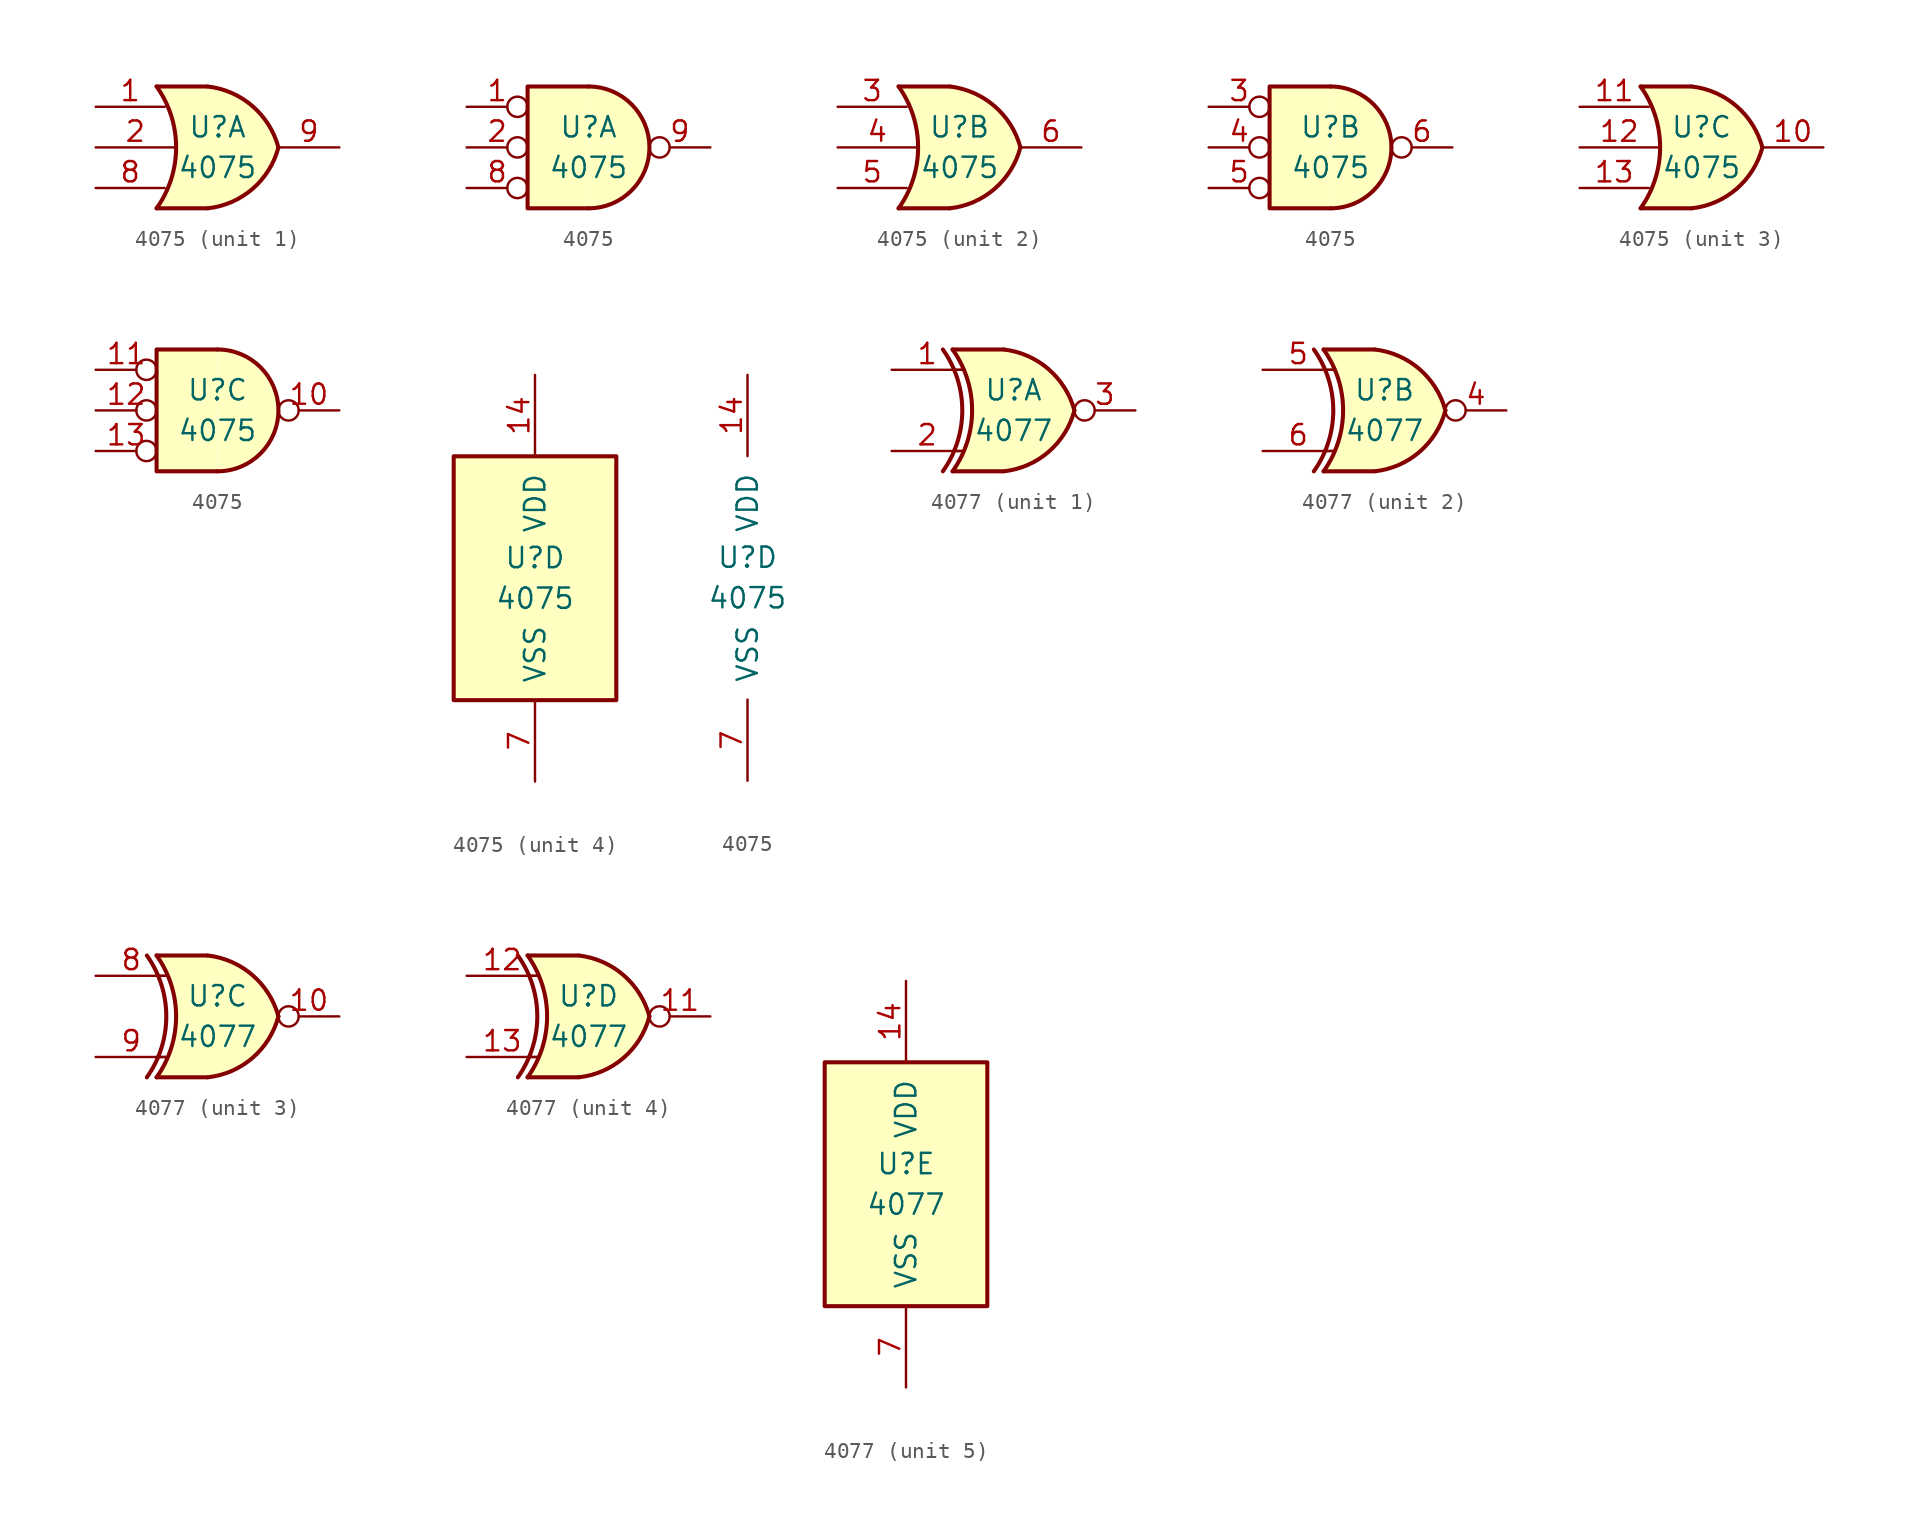
<source format=kicad_sym>
(kicad_symbol_lib
  (version 20201005)
  (generator kicad_symbol_editor)
  (symbol "4xxx:4075"
    (pin_names
      (offset 1.016))
    (property "Reference" "U"
      (at 0 1.27 0)
      (effects (font (size 1.27 1.27))))
    (property "Value" "4075"
      (at 0 -1.27 0)
      (effects (font (size 1.27 1.27))))
    (property "ki_locked" ""
      (at 0 0 0)
      (effects (font (size 1.27 1.27))))
    (symbol "4075_1_1"
      (arc (start -3.81 3.81) (end -3.81 -3.81) (radius (at -9.144 0) (length 6.5532) (angles 35.4 -35.4)) (stroke (width 0.254)) (fill (type none)))
      (arc (start 3.81 0) (end -0.6096 3.81) (radius (at -1.1938 -1.3208) (length 5.1816) (angles 15 83.7)) (stroke (width 0.254)) (fill (type background)))
      (arc (start 3.81 0) (end -0.6096 -3.81) (radius (at -1.1938 1.3208) (length 5.1816) (angles -15 -83.7)) (stroke (width 0.254)) (fill (type background)))
      (polyline (pts (xy -3.81 -3.81) (xy -0.635 -3.81)) (stroke (width 0.254)) (fill (type background)))
      (polyline (pts (xy -3.81 3.81) (xy -0.635 3.81)) (stroke (width 0.254)) (fill (type background)))
      (polyline (pts (xy -0.635 3.81) (xy -3.81 3.81) (xy -3.81 3.81) (xy -3.556 3.404) (xy -3.023 2.261) (xy -2.692 1.041) (xy -2.616 -0.254) (xy -2.769 -1.499) (xy -3.175 -2.718) (xy -3.81 -3.81) (xy -3.81 -3.81) (xy -0.635 -3.81)) (stroke (width -25.4)) (fill (type background)))
      (pin input line (at -7.62 2.54 0) (length 4.318) (name "~" (effects (font (size 1.27 1.27)))) (number "1" (effects (font (size 1.27 1.27)))))
      (pin input line (at -7.62 0 0) (length 4.953) (name "~" (effects (font (size 1.27 1.27)))) (number "2" (effects (font (size 1.27 1.27)))))
      (pin input line (at -7.62 -2.54 0) (length 4.318) (name "~" (effects (font (size 1.27 1.27)))) (number "8" (effects (font (size 1.27 1.27)))))
      (pin output line (at 7.62 0 180) (length 3.81) (name "~" (effects (font (size 1.27 1.27)))) (number "9" (effects (font (size 1.27 1.27))))))
    (symbol "4075_1_2"
      (arc (start 0 -3.81) (end 0 3.81) (radius (at 0 0) (length 3.81) (angles -89.9 89.9)) (stroke (width 0.254)) (fill (type background)))
      (polyline (pts (xy 0 3.81) (xy -3.81 3.81) (xy -3.81 -3.81) (xy 0 -3.81)) (stroke (width 0.254)) (fill (type background)))
      (pin input inverted (at -7.62 2.54 0) (length 3.81) (name "~" (effects (font (size 1.27 1.27)))) (number "1" (effects (font (size 1.27 1.27)))))
      (pin input inverted (at -7.62 0 0) (length 3.81) (name "~" (effects (font (size 1.27 1.27)))) (number "2" (effects (font (size 1.27 1.27)))))
      (pin input inverted (at -7.62 -2.54 0) (length 3.81) (name "~" (effects (font (size 1.27 1.27)))) (number "8" (effects (font (size 1.27 1.27)))))
      (pin output inverted (at 7.62 0 180) (length 3.81) (name "~" (effects (font (size 1.27 1.27)))) (number "9" (effects (font (size 1.27 1.27))))))
    (symbol "4075_2_1"
      (arc (start -3.81 3.81) (end -3.81 -3.81) (radius (at -9.144 0) (length 6.5532) (angles 35.4 -35.4)) (stroke (width 0.254)) (fill (type none)))
      (arc (start 3.81 0) (end -0.6096 3.81) (radius (at -1.1938 -1.3208) (length 5.1816) (angles 15 83.7)) (stroke (width 0.254)) (fill (type background)))
      (arc (start 3.81 0) (end -0.6096 -3.81) (radius (at -1.1938 1.3208) (length 5.1816) (angles -15 -83.7)) (stroke (width 0.254)) (fill (type background)))
      (polyline (pts (xy -3.81 -3.81) (xy -0.635 -3.81)) (stroke (width 0.254)) (fill (type background)))
      (polyline (pts (xy -3.81 3.81) (xy -0.635 3.81)) (stroke (width 0.254)) (fill (type background)))
      (polyline (pts (xy -0.635 3.81) (xy -3.81 3.81) (xy -3.81 3.81) (xy -3.556 3.404) (xy -3.023 2.261) (xy -2.692 1.041) (xy -2.616 -0.254) (xy -2.769 -1.499) (xy -3.175 -2.718) (xy -3.81 -3.81) (xy -3.81 -3.81) (xy -0.635 -3.81)) (stroke (width -25.4)) (fill (type background)))
      (pin input line (at -7.62 2.54 0) (length 4.318) (name "~" (effects (font (size 1.27 1.27)))) (number "3" (effects (font (size 1.27 1.27)))))
      (pin input line (at -7.62 0 0) (length 4.953) (name "~" (effects (font (size 1.27 1.27)))) (number "4" (effects (font (size 1.27 1.27)))))
      (pin input line (at -7.62 -2.54 0) (length 4.318) (name "~" (effects (font (size 1.27 1.27)))) (number "5" (effects (font (size 1.27 1.27)))))
      (pin output line (at 7.62 0 180) (length 3.81) (name "~" (effects (font (size 1.27 1.27)))) (number "6" (effects (font (size 1.27 1.27))))))
    (symbol "4075_2_2"
      (arc (start 0 -3.81) (end 0 3.81) (radius (at 0 0) (length 3.81) (angles -89.9 89.9)) (stroke (width 0.254)) (fill (type background)))
      (polyline (pts (xy 0 3.81) (xy -3.81 3.81) (xy -3.81 -3.81) (xy 0 -3.81)) (stroke (width 0.254)) (fill (type background)))
      (pin input inverted (at -7.62 2.54 0) (length 3.81) (name "~" (effects (font (size 1.27 1.27)))) (number "3" (effects (font (size 1.27 1.27)))))
      (pin input inverted (at -7.62 0 0) (length 3.81) (name "~" (effects (font (size 1.27 1.27)))) (number "4" (effects (font (size 1.27 1.27)))))
      (pin input inverted (at -7.62 -2.54 0) (length 3.81) (name "~" (effects (font (size 1.27 1.27)))) (number "5" (effects (font (size 1.27 1.27)))))
      (pin output inverted (at 7.62 0 180) (length 3.81) (name "~" (effects (font (size 1.27 1.27)))) (number "6" (effects (font (size 1.27 1.27))))))
    (symbol "4075_3_1"
      (arc (start -3.81 3.81) (end -3.81 -3.81) (radius (at -9.144 0) (length 6.5532) (angles 35.4 -35.4)) (stroke (width 0.254)) (fill (type none)))
      (arc (start 3.81 0) (end -0.6096 3.81) (radius (at -1.1938 -1.3208) (length 5.1816) (angles 15 83.7)) (stroke (width 0.254)) (fill (type background)))
      (arc (start 3.81 0) (end -0.6096 -3.81) (radius (at -1.1938 1.3208) (length 5.1816) (angles -15 -83.7)) (stroke (width 0.254)) (fill (type background)))
      (polyline (pts (xy -3.81 -3.81) (xy -0.635 -3.81)) (stroke (width 0.254)) (fill (type background)))
      (polyline (pts (xy -3.81 3.81) (xy -0.635 3.81)) (stroke (width 0.254)) (fill (type background)))
      (polyline (pts (xy -0.635 3.81) (xy -3.81 3.81) (xy -3.81 3.81) (xy -3.556 3.404) (xy -3.023 2.261) (xy -2.692 1.041) (xy -2.616 -0.254) (xy -2.769 -1.499) (xy -3.175 -2.718) (xy -3.81 -3.81) (xy -3.81 -3.81) (xy -0.635 -3.81)) (stroke (width -25.4)) (fill (type background)))
      (pin output line (at 7.62 0 180) (length 3.81) (name "~" (effects (font (size 1.27 1.27)))) (number "10" (effects (font (size 1.27 1.27)))))
      (pin input line (at -7.62 2.54 0) (length 4.318) (name "~" (effects (font (size 1.27 1.27)))) (number "11" (effects (font (size 1.27 1.27)))))
      (pin input line (at -7.62 0 0) (length 4.953) (name "~" (effects (font (size 1.27 1.27)))) (number "12" (effects (font (size 1.27 1.27)))))
      (pin input line (at -7.62 -2.54 0) (length 4.318) (name "~" (effects (font (size 1.27 1.27)))) (number "13" (effects (font (size 1.27 1.27))))))
    (symbol "4075_3_2"
      (arc (start 0 -3.81) (end 0 3.81) (radius (at 0 0) (length 3.81) (angles -89.9 89.9)) (stroke (width 0.254)) (fill (type background)))
      (polyline (pts (xy 0 3.81) (xy -3.81 3.81) (xy -3.81 -3.81) (xy 0 -3.81)) (stroke (width 0.254)) (fill (type background)))
      (pin output inverted (at 7.62 0 180) (length 3.81) (name "~" (effects (font (size 1.27 1.27)))) (number "10" (effects (font (size 1.27 1.27)))))
      (pin input inverted (at -7.62 2.54 0) (length 3.81) (name "~" (effects (font (size 1.27 1.27)))) (number "11" (effects (font (size 1.27 1.27)))))
      (pin input inverted (at -7.62 0 0) (length 3.81) (name "~" (effects (font (size 1.27 1.27)))) (number "12" (effects (font (size 1.27 1.27)))))
      (pin input inverted (at -7.62 -2.54 0) (length 3.81) (name "~" (effects (font (size 1.27 1.27)))) (number "13" (effects (font (size 1.27 1.27))))))
    (symbol "4075_4_0"
      (pin power_in line (at 0 12.7 270) (length 5.08) (name "VDD" (effects (font (size 1.27 1.27)))) (number "14" (effects (font (size 1.27 1.27)))))
      (pin power_in line (at 0 -12.7 90) (length 5.08) (name "VSS" (effects (font (size 1.27 1.27)))) (number "7" (effects (font (size 1.27 1.27))))))
    (symbol "4075_4_1"
      (rectangle (start -5.08 7.62) (end 5.08 -7.62) (stroke (width 0.254)) (fill (type background)))))
  (symbol "4xxx:4077"
    (pin_names
      (offset 1.016))
    (property "Reference" "U"
      (at 0 1.27 0)
      (effects (font (size 1.27 1.27))))
    (property "Value" "4077"
      (at 0 -1.27 0)
      (effects (font (size 1.27 1.27))))
    (property "ki_locked" ""
      (at 0 0 0)
      (effects (font (size 1.27 1.27))))
    (symbol "4077_1_0"
      (arc (start -4.4196 3.81) (end -4.4196 -3.81) (radius (at -9.779 0) (length 6.5532) (angles 35.4 -35.4)) (stroke (width 0.254)) (fill (type none)))
      (arc (start -3.81 3.81) (end -3.81 -3.81) (radius (at -9.144 0) (length 6.5532) (angles 35.4 -35.4)) (stroke (width 0.254)) (fill (type none)))
      (arc (start 3.81 0) (end -0.6096 3.81) (radius (at -1.1938 -1.3208) (length 5.1816) (angles 15 83.7)) (stroke (width 0.254)) (fill (type background)))
      (arc (start 3.81 0) (end -0.6096 -3.81) (radius (at -1.1938 1.3208) (length 5.1816) (angles -15 -83.7)) (stroke (width 0.254)) (fill (type background)))
      (polyline (pts (xy -3.81 -3.81) (xy -0.635 -3.81)) (stroke (width 0.254)) (fill (type background)))
      (polyline (pts (xy -3.81 3.81) (xy -0.635 3.81)) (stroke (width 0.254)) (fill (type background)))
      (polyline (pts (xy -0.635 3.81) (xy -3.81 3.81) (xy -3.81 3.81) (xy -3.556 3.404) (xy -3.023 2.261) (xy -2.692 1.041) (xy -2.616 -0.254) (xy -2.769 -1.499) (xy -3.175 -2.718) (xy -3.81 -3.81) (xy -3.81 -3.81) (xy -0.635 -3.81)) (stroke (width -25.4)) (fill (type background)))
      (pin input line (at -7.62 2.54 0) (length 4.445) (name "~" (effects (font (size 1.27 1.27)))) (number "1" (effects (font (size 1.27 1.27)))))
      (pin input line (at -7.62 -2.54 0) (length 4.445) (name "~" (effects (font (size 1.27 1.27)))) (number "2" (effects (font (size 1.27 1.27)))))
      (pin output inverted (at 7.62 0 180) (length 3.81) (name "~" (effects (font (size 1.27 1.27)))) (number "3" (effects (font (size 1.27 1.27))))))
    (symbol "4077_1_1"
      (polyline (pts (xy -3.81 -2.54) (xy -3.175 -2.54)) (stroke (width 0.152)) (fill (type none)))
      (polyline (pts (xy -3.81 2.54) (xy -3.175 2.54)) (stroke (width 0.152)) (fill (type none))))
    (symbol "4077_2_0"
      (arc (start -4.4196 3.81) (end -4.4196 -3.81) (radius (at -9.779 0) (length 6.5532) (angles 35.4 -35.4)) (stroke (width 0.254)) (fill (type none)))
      (arc (start -3.81 3.81) (end -3.81 -3.81) (radius (at -9.144 0) (length 6.5532) (angles 35.4 -35.4)) (stroke (width 0.254)) (fill (type none)))
      (arc (start 3.81 0) (end -0.6096 3.81) (radius (at -1.1938 -1.3208) (length 5.1816) (angles 15 83.7)) (stroke (width 0.254)) (fill (type background)))
      (arc (start 3.81 0) (end -0.6096 -3.81) (radius (at -1.1938 1.3208) (length 5.1816) (angles -15 -83.7)) (stroke (width 0.254)) (fill (type background)))
      (polyline (pts (xy -3.81 -3.81) (xy -0.635 -3.81)) (stroke (width 0.254)) (fill (type background)))
      (polyline (pts (xy -3.81 3.81) (xy -0.635 3.81)) (stroke (width 0.254)) (fill (type background)))
      (polyline (pts (xy -0.635 3.81) (xy -3.81 3.81) (xy -3.81 3.81) (xy -3.556 3.404) (xy -3.023 2.261) (xy -2.692 1.041) (xy -2.616 -0.254) (xy -2.769 -1.499) (xy -3.175 -2.718) (xy -3.81 -3.81) (xy -3.81 -3.81) (xy -0.635 -3.81)) (stroke (width -25.4)) (fill (type background)))
      (pin output inverted (at 7.62 0 180) (length 3.81) (name "~" (effects (font (size 1.27 1.27)))) (number "4" (effects (font (size 1.27 1.27)))))
      (pin input line (at -7.62 2.54 0) (length 4.445) (name "~" (effects (font (size 1.27 1.27)))) (number "5" (effects (font (size 1.27 1.27)))))
      (pin input line (at -7.62 -2.54 0) (length 4.445) (name "~" (effects (font (size 1.27 1.27)))) (number "6" (effects (font (size 1.27 1.27))))))
    (symbol "4077_2_1"
      (polyline (pts (xy -3.81 -2.54) (xy -3.175 -2.54)) (stroke (width 0.152)) (fill (type none)))
      (polyline (pts (xy -3.81 2.54) (xy -3.175 2.54)) (stroke (width 0.152)) (fill (type none))))
    (symbol "4077_3_0"
      (arc (start -4.4196 3.81) (end -4.4196 -3.81) (radius (at -9.779 0) (length 6.5532) (angles 35.4 -35.4)) (stroke (width 0.254)) (fill (type none)))
      (arc (start -3.81 3.81) (end -3.81 -3.81) (radius (at -9.144 0) (length 6.5532) (angles 35.4 -35.4)) (stroke (width 0.254)) (fill (type none)))
      (arc (start 3.81 0) (end -0.6096 3.81) (radius (at -1.1938 -1.3208) (length 5.1816) (angles 15 83.7)) (stroke (width 0.254)) (fill (type background)))
      (arc (start 3.81 0) (end -0.6096 -3.81) (radius (at -1.1938 1.3208) (length 5.1816) (angles -15 -83.7)) (stroke (width 0.254)) (fill (type background)))
      (polyline (pts (xy -3.81 -3.81) (xy -0.635 -3.81)) (stroke (width 0.254)) (fill (type background)))
      (polyline (pts (xy -3.81 3.81) (xy -0.635 3.81)) (stroke (width 0.254)) (fill (type background)))
      (polyline (pts (xy -0.635 3.81) (xy -3.81 3.81) (xy -3.81 3.81) (xy -3.556 3.404) (xy -3.023 2.261) (xy -2.692 1.041) (xy -2.616 -0.254) (xy -2.769 -1.499) (xy -3.175 -2.718) (xy -3.81 -3.81) (xy -3.81 -3.81) (xy -0.635 -3.81)) (stroke (width -25.4)) (fill (type background)))
      (pin output inverted (at 7.62 0 180) (length 3.81) (name "~" (effects (font (size 1.27 1.27)))) (number "10" (effects (font (size 1.27 1.27)))))
      (pin input line (at -7.62 2.54 0) (length 4.445) (name "~" (effects (font (size 1.27 1.27)))) (number "8" (effects (font (size 1.27 1.27)))))
      (pin input line (at -7.62 -2.54 0) (length 4.445) (name "~" (effects (font (size 1.27 1.27)))) (number "9" (effects (font (size 1.27 1.27))))))
    (symbol "4077_3_1"
      (polyline (pts (xy -3.81 -2.54) (xy -3.175 -2.54)) (stroke (width 0.152)) (fill (type none)))
      (polyline (pts (xy -3.81 2.54) (xy -3.175 2.54)) (stroke (width 0.152)) (fill (type none))))
    (symbol "4077_4_0"
      (arc (start -4.4196 3.81) (end -4.4196 -3.81) (radius (at -9.779 0) (length 6.5532) (angles 35.4 -35.4)) (stroke (width 0.254)) (fill (type none)))
      (arc (start -3.81 3.81) (end -3.81 -3.81) (radius (at -9.144 0) (length 6.5532) (angles 35.4 -35.4)) (stroke (width 0.254)) (fill (type none)))
      (arc (start 3.81 0) (end -0.6096 3.81) (radius (at -1.1938 -1.3208) (length 5.1816) (angles 15 83.7)) (stroke (width 0.254)) (fill (type background)))
      (arc (start 3.81 0) (end -0.6096 -3.81) (radius (at -1.1938 1.3208) (length 5.1816) (angles -15 -83.7)) (stroke (width 0.254)) (fill (type background)))
      (polyline (pts (xy -3.81 -3.81) (xy -0.635 -3.81)) (stroke (width 0.254)) (fill (type background)))
      (polyline (pts (xy -3.81 3.81) (xy -0.635 3.81)) (stroke (width 0.254)) (fill (type background)))
      (polyline (pts (xy -0.635 3.81) (xy -3.81 3.81) (xy -3.81 3.81) (xy -3.556 3.404) (xy -3.023 2.261) (xy -2.692 1.041) (xy -2.616 -0.254) (xy -2.769 -1.499) (xy -3.175 -2.718) (xy -3.81 -3.81) (xy -3.81 -3.81) (xy -0.635 -3.81)) (stroke (width -25.4)) (fill (type background)))
      (pin output inverted (at 7.62 0 180) (length 3.81) (name "~" (effects (font (size 1.27 1.27)))) (number "11" (effects (font (size 1.27 1.27)))))
      (pin input line (at -7.62 2.54 0) (length 4.445) (name "~" (effects (font (size 1.27 1.27)))) (number "12" (effects (font (size 1.27 1.27)))))
      (pin input line (at -7.62 -2.54 0) (length 4.445) (name "~" (effects (font (size 1.27 1.27)))) (number "13" (effects (font (size 1.27 1.27))))))
    (symbol "4077_4_1"
      (polyline (pts (xy -3.81 -2.54) (xy -3.175 -2.54)) (stroke (width 0.152)) (fill (type none)))
      (polyline (pts (xy -3.81 2.54) (xy -3.175 2.54)) (stroke (width 0.152)) (fill (type none))))
    (symbol "4077_5_0"
      (pin power_in line (at 0 12.7 270) (length 5.08) (name "VDD" (effects (font (size 1.27 1.27)))) (number "14" (effects (font (size 1.27 1.27)))))
      (pin power_in line (at 0 -12.7 90) (length 5.08) (name "VSS" (effects (font (size 1.27 1.27)))) (number "7" (effects (font (size 1.27 1.27))))))
    (symbol "4077_5_1"
      (rectangle (start -5.08 7.62) (end 5.08 -7.62) (stroke (width 0.254)) (fill (type background))))))
</source>
